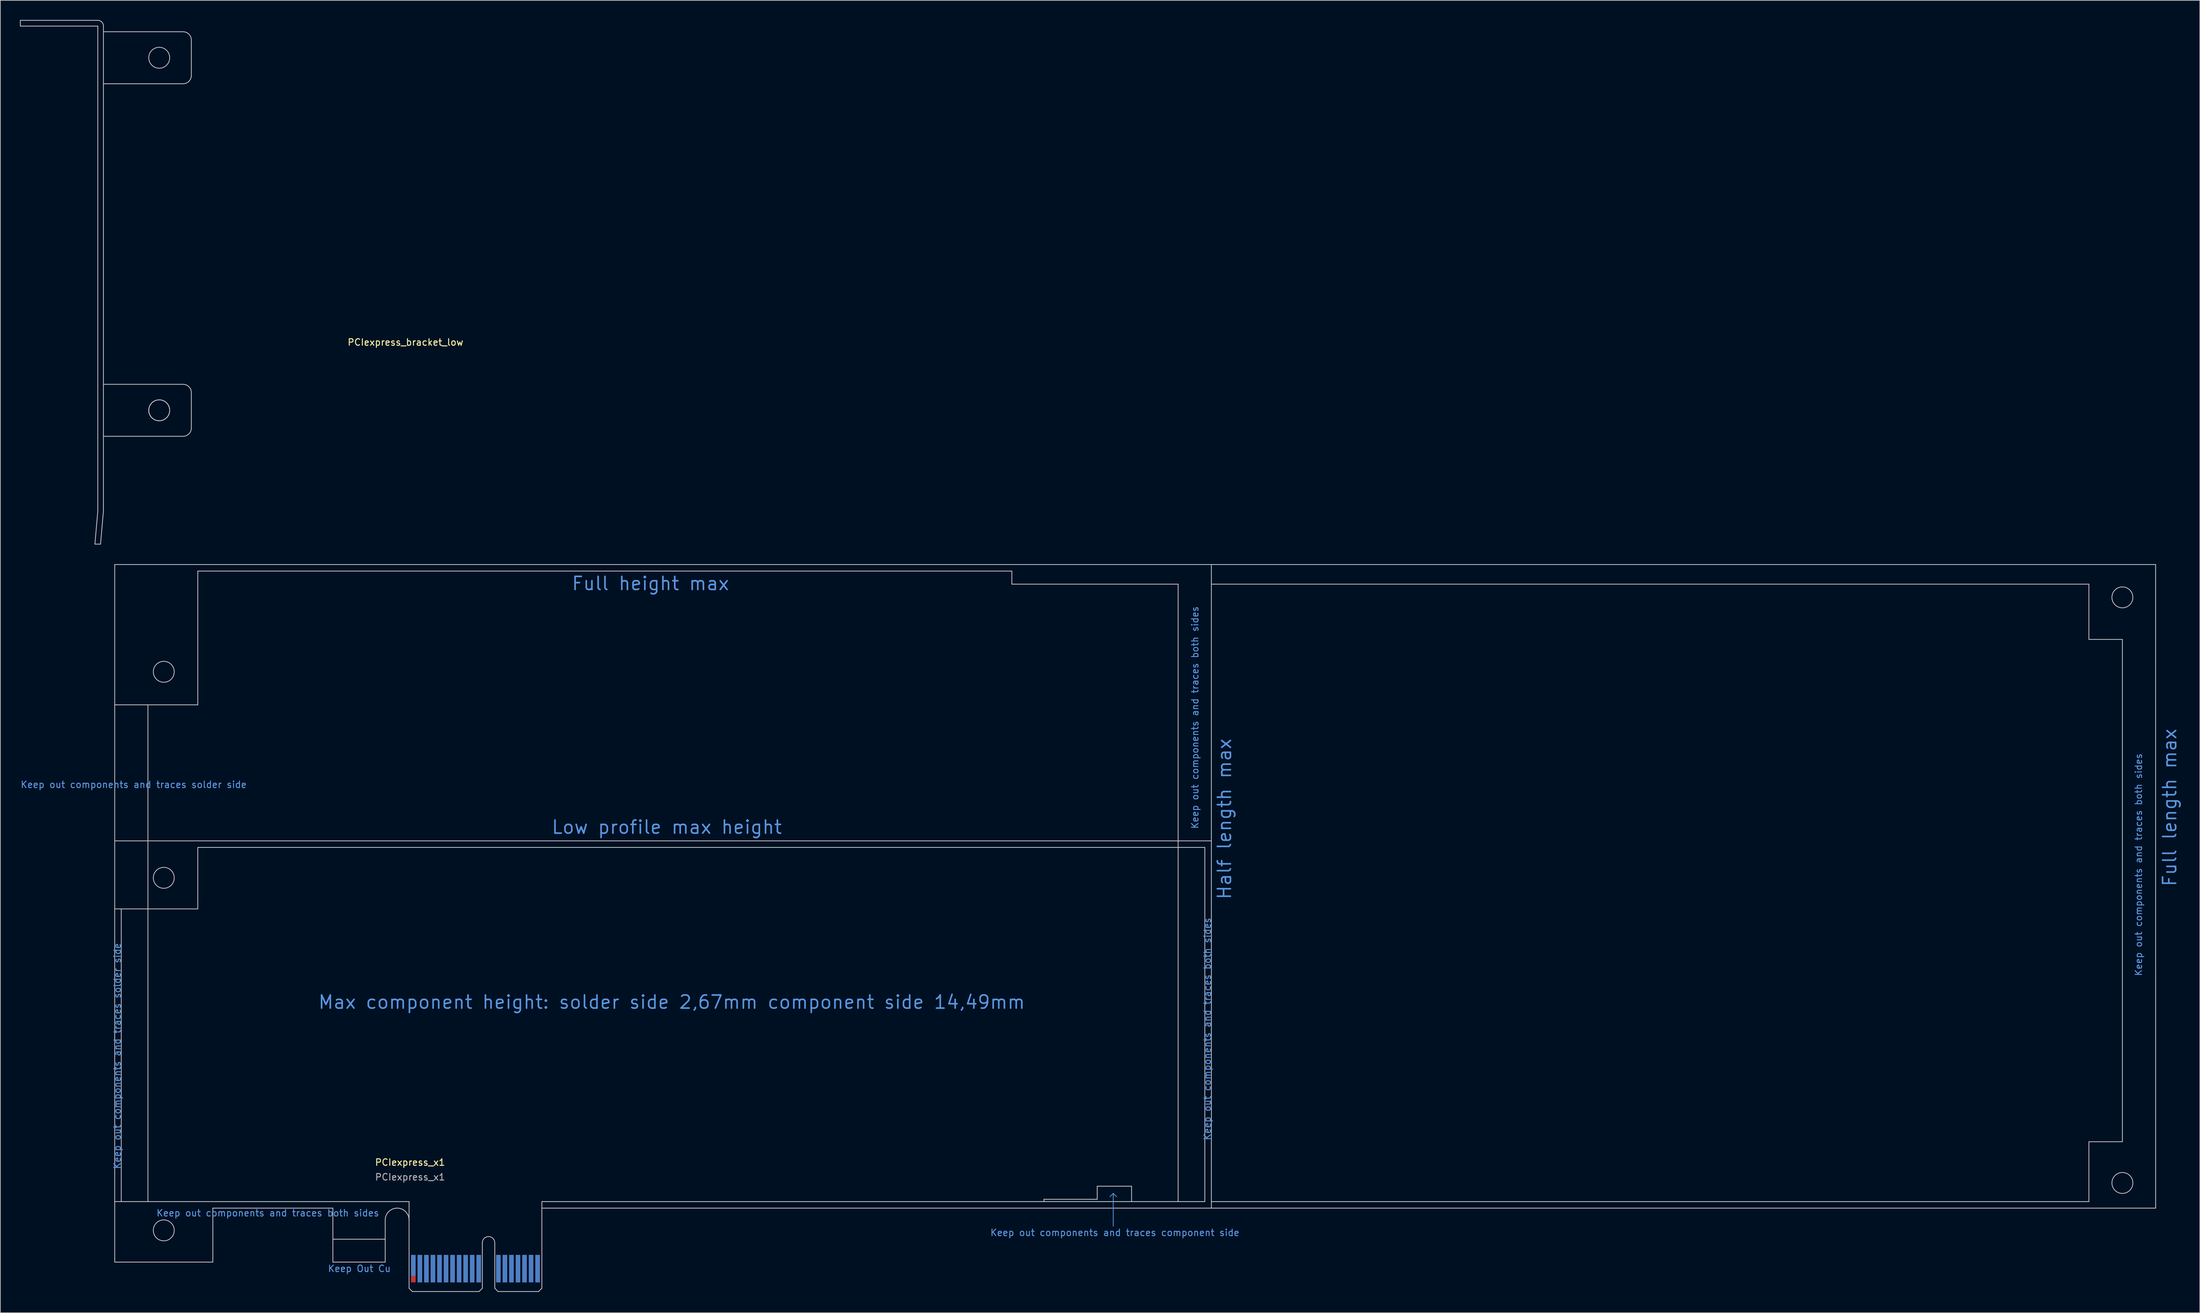
<source format=kicad_pcb>
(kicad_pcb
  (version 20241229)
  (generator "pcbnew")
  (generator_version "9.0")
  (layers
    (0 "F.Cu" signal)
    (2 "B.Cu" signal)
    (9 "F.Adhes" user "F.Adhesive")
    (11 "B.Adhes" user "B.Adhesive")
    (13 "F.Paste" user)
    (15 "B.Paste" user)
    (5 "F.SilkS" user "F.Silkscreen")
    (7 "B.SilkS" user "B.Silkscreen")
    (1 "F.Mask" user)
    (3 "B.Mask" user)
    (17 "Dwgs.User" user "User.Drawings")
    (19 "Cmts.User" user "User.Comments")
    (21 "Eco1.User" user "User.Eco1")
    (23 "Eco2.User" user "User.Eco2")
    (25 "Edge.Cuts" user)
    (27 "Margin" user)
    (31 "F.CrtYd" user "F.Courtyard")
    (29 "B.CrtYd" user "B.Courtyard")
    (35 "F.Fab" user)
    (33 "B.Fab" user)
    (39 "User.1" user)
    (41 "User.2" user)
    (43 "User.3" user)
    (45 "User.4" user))
  (footprint "PCIexpress_bracket_low"
    (layer "F.Cu")
    (at 58.94 69.03)
    (property "Reference" "PCIexpress_bracket_low" (at 0 -19.75 0) (layer "F.SilkS") (effects (font (size 1 1) (thickness 0.15))))
    (attr exclude_from_pos_files exclude_from_bom)
    (fp_line (start -58.88 -68.11) (end -58.88 -68.97) (stroke (width 0.12) (type solid)) (layer "Dwgs.User"))
    (fp_line (start -47.482 11.11) (end -46.622 11.11) (stroke (width 0.12) (type solid)) (layer "Dwgs.User"))
    (fp_line (start -47.04 -68.97) (end -58.88 -68.97) (stroke (width 0.12) (type solid)) (layer "Dwgs.User"))
    (fp_line (start -47.04 -68.09) (end -58.88 -68.09) (stroke (width 0.12) (type solid)) (layer "Dwgs.User"))
    (fp_line (start -47.04 -68.09) (end -47.04 6.059) (stroke (width 0.12) (type solid)) (layer "Dwgs.User"))
    (fp_line (start -47.04 6.059) (end -47.482 11.11) (stroke (width 0.12) (type solid)) (layer "Dwgs.User"))
    (fp_line (start -46.18 -68.11) (end -46.18 6.059) (stroke (width 0.12) (type solid)) (layer "Dwgs.User"))
    (fp_line (start -46.18 6.059) (end -46.622 11.11) (stroke (width 0.12) (type solid)) (layer "Dwgs.User"))
    (fp_line (start -34.01 -67.225) (end -46.18 -67.225) (stroke (width 0.12) (type solid)) (layer "Dwgs.User"))
    (fp_line (start -34.01 -59.275) (end -46.18 -59.275) (stroke (width 0.12) (type solid)) (layer "Dwgs.User"))
    (fp_line (start -34.01 -13.325) (end -46.18 -13.325) (stroke (width 0.12) (type solid)) (layer "Dwgs.User"))
    (fp_line (start -34.01 -5.375) (end -46.18 -5.375) (stroke (width 0.12) (type solid)) (layer "Dwgs.User"))
    (fp_line (start -32.74 -65.955) (end -32.74 -60.545) (stroke (width 0.12) (type solid)) (layer "Dwgs.User"))
    (fp_line (start -32.74 -12.055) (end -32.74 -6.645) (stroke (width 0.12) (type solid)) (layer "Dwgs.User"))
    (fp_arc (start -47.04 -68.97) (mid -46.431888 -68.718112) (end -46.18 -68.11) (stroke (width 0.12) (type solid)) (layer "Dwgs.User"))
    (fp_arc (start -34.01 -67.225) (mid -33.111974 -66.853026) (end -32.74 -65.955) (stroke (width 0.12) (type solid)) (layer "Dwgs.User"))
    (fp_arc (start -34.01 -13.325) (mid -33.111974 -12.953026) (end -32.74 -12.055) (stroke (width 0.12) (type solid)) (layer "Dwgs.User"))
    (fp_arc (start -32.74 -60.545) (mid -33.111974 -59.646974) (end -34.01 -59.275) (stroke (width 0.12) (type solid)) (layer "Dwgs.User"))
    (fp_arc (start -32.74 -6.645) (mid -33.111974 -5.746974) (end -34.01 -5.375) (stroke (width 0.12) (type solid)) (layer "Dwgs.User"))
    (fp_circle (center -37.65 -63.25) (end -36.05 -63.25) (stroke (width 0.12) (type solid)) (fill no) (layer "Dwgs.User"))
    (fp_circle (center -37.65 -9.35) (end -36.05 -9.35) (stroke (width 0.12) (type solid)) (fill no) (layer "Dwgs.User"))
    (fp_circle (center -37.65 -9.35) (end -36.05 -9.35) (stroke (width 0.12) (type solid)) (fill no) (layer "Dwgs.User")))
  (footprint "PCIexpress_x1"
    (layer "F.Cu")
    (at 59.637 194.41)
    (property "Reference" "PCIexpress_x1" (at 0 -19.75 0) (layer "F.SilkS") (effects (font (size 1 1) (thickness 0.15))))
    (attr exclude_from_pos_files exclude_from_bom)
    (fp_poly (pts (xy -11.8 -4.5) (xy -11.8 -8) (xy -3.8 -8) (xy -3.8 -4.5)) (stroke (width 0) (type solid)) (fill yes) (layer "F.Mask"))
    (fp_poly (pts (xy -0.25 -5.5) (xy 20.25 -5.5) (xy 20.25 0) (xy -0.25 0)) (stroke (width 0.2) (type solid)) (fill yes) (layer "F.Mask"))
    (fp_poly (pts (xy -11.8 -4.5) (xy -11.8 -8) (xy -3.8 -8) (xy -3.8 -4.5)) (stroke (width 0) (type solid)) (fill yes) (layer "B.Mask"))
    (fp_poly (pts (xy -0.25 -5.5) (xy 20.25 -5.5) (xy 20.25 0) (xy -0.25 0)) (stroke (width 0.2) (type solid)) (fill yes) (layer "B.Mask"))
    (fp_line (start -45.15 -111.15) (end -45.15 -4.5) (stroke (width 0.12) (type solid)) (layer "Dwgs.User"))
    (fp_line (start -45.15 -111.15) (end 122.5 -111.15) (stroke (width 0.12) (type solid)) (layer "Dwgs.User"))
    (fp_line (start -45.15 -89.7) (end -32.45 -89.7) (stroke (width 0.12) (type solid)) (layer "Dwgs.User"))
    (fp_line (start -45.15 -68.9) (end 122.5 -68.9) (stroke (width 0.12) (type solid)) (layer "Dwgs.User"))
    (fp_line (start -45.15 -58.5) (end -32.45 -58.5) (stroke (width 0.12) (type solid)) (layer "Dwgs.User"))
    (fp_line (start -44.15 -58.5) (end -44.15 -13.75) (stroke (width 0.12) (type solid)) (layer "Dwgs.User"))
    (fp_line (start -40.07 -13.75) (end -40.07 -89.7) (stroke (width 0.12) (type solid)) (layer "Dwgs.User"))
    (fp_line (start -32.45 -110.15) (end -32.45 -89.7) (stroke (width 0.12) (type solid)) (layer "Dwgs.User"))
    (fp_line (start -32.45 -110.15) (end 92 -110.15) (stroke (width 0.12) (type solid)) (layer "Dwgs.User"))
    (fp_line (start -32.45 -67.9) (end 121.5 -67.9) (stroke (width 0.12) (type solid)) (layer "Dwgs.User"))
    (fp_line (start -32.45 -58.5) (end -32.45 -67.9) (stroke (width 0.12) (type solid)) (layer "Dwgs.User"))
    (fp_line (start -30.15 -12.75) (end -11.8 -12.75) (stroke (width 0.12) (type solid)) (layer "Dwgs.User"))
    (fp_line (start -30.15 -4.5) (end -45.15 -4.5) (stroke (width 0.12) (type solid)) (layer "Dwgs.User"))
    (fp_line (start -30.15 -4.5) (end -30.15 -12.75) (stroke (width 0.12) (type solid)) (layer "Dwgs.User"))
    (fp_line (start -11.8 -8) (end -3.8 -8) (stroke (width 0.12) (type solid)) (layer "Dwgs.User"))
    (fp_line (start -11.8 -4.5) (end -11.8 -12.75) (stroke (width 0.12) (type solid)) (layer "Dwgs.User"))
    (fp_line (start -11.8 -4.5) (end -3.8 -4.5) (stroke (width 0.12) (type solid)) (layer "Dwgs.User"))
    (fp_line (start -3.8 -4.5) (end -3.8 -10.925) (stroke (width 0.12) (type solid)) (layer "Dwgs.User"))
    (fp_line (start -0.15 -13.75) (end -45.15 -13.75) (stroke (width 0.12) (type solid)) (layer "Dwgs.User"))
    (fp_line (start -0.15 -10.925) (end -0.15 -13.75) (stroke (width 0.12) (type solid)) (layer "Dwgs.User"))
    (fp_line (start -0.15 -0.5) (end -0.15 -10.925) (stroke (width 0.12) (type solid)) (layer "Dwgs.User"))
    (fp_line (start -0.15 -0.5) (end 0.35 0) (stroke (width 0.12) (type solid)) (layer "Dwgs.User"))
    (fp_line (start 0.35 0) (end 10.55 0) (stroke (width 0.12) (type solid)) (layer "Dwgs.User"))
    (fp_line (start 11.05 -7.45) (end 11.05 -0.5) (stroke (width 0.12) (type solid)) (layer "Dwgs.User"))
    (fp_line (start 11.05 -0.5) (end 10.55 0) (stroke (width 0.12) (type solid)) (layer "Dwgs.User"))
    (fp_line (start 12.95 -7.45) (end 12.95 -0.5) (stroke (width 0.12) (type solid)) (layer "Dwgs.User"))
    (fp_line (start 12.95 -0.5) (end 13.45 0) (stroke (width 0.12) (type solid)) (layer "Dwgs.User"))
    (fp_line (start 13.45 0) (end 19.65 0) (stroke (width 0.12) (type solid)) (layer "Dwgs.User"))
    (fp_line (start 20.15 -13.75) (end 121.5 -13.75) (stroke (width 0.12) (type solid)) (layer "Dwgs.User"))
    (fp_line (start 20.15 -12.75) (end 20.15 -13.75) (stroke (width 0.12) (type solid)) (layer "Dwgs.User"))
    (fp_line (start 20.15 -12.75) (end 122.503 -12.75) (stroke (width 0.12) (type solid)) (layer "Dwgs.User"))
    (fp_line (start 20.15 -0.5) (end 19.65 0) (stroke (width 0.12) (type solid)) (layer "Dwgs.User"))
    (fp_line (start 20.15 -0.5) (end 20.15 -12.75) (stroke (width 0.12) (type solid)) (layer "Dwgs.User"))
    (fp_line (start 92 -110.15) (end 92 -108.15) (stroke (width 0.12) (type solid)) (layer "Dwgs.User"))
    (fp_line (start 92 -108.15) (end 117.42 -108.15) (stroke (width 0.12) (type solid)) (layer "Dwgs.User"))
    (fp_line (start 96.9 -14.1) (end 96.9 -13.75) (stroke (width 0.12) (type solid)) (layer "Dwgs.User"))
    (fp_line (start 96.9 -14.1) (end 105.05 -14.1) (stroke (width 0.12) (type solid)) (layer "Dwgs.User"))
    (fp_line (start 105.05 -16.1) (end 110.3 -16.1) (stroke (width 0.12) (type solid)) (layer "Dwgs.User"))
    (fp_line (start 105.05 -14.1) (end 105.05 -16.1) (stroke (width 0.12) (type solid)) (layer "Dwgs.User"))
    (fp_line (start 110.3 -16.1) (end 110.3 -13.75) (stroke (width 0.12) (type solid)) (layer "Dwgs.User"))
    (fp_line (start 117.42 -108.15) (end 117.42 -13.75) (stroke (width 0.12) (type solid)) (layer "Dwgs.User"))
    (fp_line (start 121.5 -67.9) (end 121.5 -13.75) (stroke (width 0.12) (type solid)) (layer "Dwgs.User"))
    (fp_line (start 122.5 -111.15) (end 122.5 -12.75) (stroke (width 0.12) (type solid)) (layer "Dwgs.User"))
    (fp_line (start 122.5 -111.15) (end 266.85 -111.15) (stroke (width 0.12) (type solid)) (layer "Dwgs.User"))
    (fp_line (start 122.5 -108.15) (end 256.65 -108.15) (stroke (width 0.12) (type solid)) (layer "Dwgs.User"))
    (fp_line (start 122.5 -13.75) (end 256.65 -13.75) (stroke (width 0.12) (type solid)) (layer "Dwgs.User"))
    (fp_line (start 122.503 -12.75) (end 266.853 -12.75) (stroke (width 0.12) (type solid)) (layer "Dwgs.User"))
    (fp_line (start 256.65 -108.15) (end 256.65 -99.7) (stroke (width 0.12) (type solid)) (layer "Dwgs.User"))
    (fp_line (start 256.65 -99.7) (end 261.77 -99.7) (stroke (width 0.12) (type solid)) (layer "Dwgs.User"))
    (fp_line (start 256.65 -22.9) (end 261.77 -22.9) (stroke (width 0.12) (type solid)) (layer "Dwgs.User"))
    (fp_line (start 256.65 -13.75) (end 256.65 -22.9) (stroke (width 0.12) (type solid)) (layer "Dwgs.User"))
    (fp_line (start 261.77 -99.7) (end 261.77 -22.9) (stroke (width 0.12) (type solid)) (layer "Dwgs.User"))
    (fp_line (start 266.85 -111.15) (end 266.853 -12.75) (stroke (width 0.12) (type solid)) (layer "Dwgs.User"))
    (fp_arc (start -3.8 -10.925) (mid -1.975 -12.75) (end -0.15 -10.925) (stroke (width 0.12) (type solid)) (layer "Dwgs.User"))
    (fp_arc (start 11.05 -7.45) (mid 12 -8.4) (end 12.95 -7.45) (stroke (width 0.12) (type solid)) (layer "Dwgs.User"))
    (fp_circle (center -37.65 -94.75) (end -36.05 -94.75) (stroke (width 0.12) (type solid)) (fill no) (layer "Dwgs.User"))
    (fp_circle (center -37.65 -63.25) (end -36.05 -63.25) (stroke (width 0.12) (type solid)) (fill no) (layer "Dwgs.User"))
    (fp_circle (center -37.65 -9.35) (end -36.05 -9.35) (stroke (width 0.12) (type solid)) (fill no) (layer "Dwgs.User"))
    (fp_circle (center 261.77 -106.13) (end 263.37 -106.13) (stroke (width 0.12) (type solid)) (fill no) (layer "Dwgs.User"))
    (fp_circle (center 261.77 -16.6) (end 263.37 -16.6) (stroke (width 0.12) (type solid)) (fill no) (layer "Dwgs.User"))
    (fp_line (start 107.5 -15) (end 107 -14.5) (stroke (width 0.12) (type solid)) (layer "Cmts.User"))
    (fp_line (start 107.5 -15) (end 108 -14.5) (stroke (width 0.12) (type solid)) (layer "Cmts.User"))
    (fp_line (start 107.5 -10) (end 107.5 -15) (stroke (width 0.12) (type solid)) (layer "Cmts.User"))
    (fp_text user "Keep out components and traces both sides" (at 121.893 -40.135 90) (layer "Cmts.User") (effects (font (size 1 1) (thickness 0.15))))
    (fp_text user "Full length max" (at 269 -74 90) (layer "Cmts.User") (effects (font (size 2 2) (thickness 0.25))))
    (fp_text user "Keep out components and traces both sides" (at 264.25 -65.25 90) (layer "Cmts.User") (effects (font (size 1 1) (thickness 0.15))))
    (fp_text user "Keep out components and traces both sides" (at 120 -87.75 90) (layer "Cmts.User") (effects (font (size 1 1) (thickness 0.15))))
    (fp_text user "Keep Out Cu" (at -7.75 -3.5 0) (layer "Cmts.User") (effects (font (size 1 1) (thickness 0.15))))
    (fp_text user "Keep out components and traces component side" (at 107.75 -9 180) (layer "Cmts.User") (effects (font (size 1 1) (thickness 0.15))))
    (fp_text user "Low profile max height" (at 39.25 -71 0) (layer "Cmts.User") (effects (font (size 2 2) (thickness 0.25))))
    (fp_text user "Keep out components and traces solder side" (at -42.25 -77.5 180) (layer "Cmts.User") (effects (font (size 1 1) (thickness 0.15))))
    (fp_text user "Keep out components and traces both sides" (at -21.75 -12 0) (layer "Cmts.User") (effects (font (size 1 1) (thickness 0.15))))
    (fp_text user "Keep out components and traces solder side" (at -44.75 -36 90) (layer "Cmts.User") (effects (font (size 1 1) (thickness 0.15))))
    (fp_text user "Half length max" (at 124.5 -72.25 90) (layer "Cmts.User") (effects (font (size 2 2) (thickness 0.25))))
    (fp_text user "Max component height: solder side 2,67mm component side 14,49mm" (at 40 -44.25 0) (layer "Cmts.User") (effects (font (size 2 2) (thickness 0.25))))
    (fp_text user "Full height max" (at 36.75 -108.25 0) (layer "Cmts.User") (effects (font (size 2 2) (thickness 0.25))))
    (fp_text user "${REFERENCE}" (at 0 -17.5 0) (layer "F.Fab") (effects (font (size 1 1) (thickness 0.15))))
    (pad "A1" connect rect (at 0.5 -4) (size 0.7 3.2) (layers "B.Cu"))
    (pad "A2" connect rect (at 1.5 -3.5) (size 0.7 4.2) (layers "B.Cu"))
    (pad "A3" connect rect (at 2.5 -3.5) (size 0.7 4.2) (layers "B.Cu"))
    (pad "A4" connect rect (at 3.5 -3.5) (size 0.7 4.2) (layers "B.Cu"))
    (pad "A5" connect rect (at 4.5 -3.5) (size 0.7 4.2) (layers "B.Cu"))
    (pad "A6" connect rect (at 5.5 -3.5) (size 0.7 4.2) (layers "B.Cu"))
    (pad "A7" connect rect (at 6.5 -3.5) (size 0.7 4.2) (layers "B.Cu"))
    (pad "A8" connect rect (at 7.5 -3.5) (size 0.7 4.2) (layers "B.Cu"))
    (pad "A9" connect rect (at 8.5 -3.5) (size 0.7 4.2) (layers "B.Cu"))
    (pad "A10" connect rect (at 9.5 -3.5) (size 0.7 4.2) (layers "B.Cu"))
    (pad "A11" connect rect (at 10.5 -3.5) (size 0.7 4.2) (layers "B.Cu"))
    (pad "A12" connect rect (at 13.5 -3.5) (size 0.7 4.2) (layers "B.Cu"))
    (pad "A13" connect rect (at 14.5 -3.5) (size 0.7 4.2) (layers "B.Cu"))
    (pad "A14" connect rect (at 15.5 -3.5) (size 0.7 4.2) (layers "B.Cu"))
    (pad "A15" connect rect (at 16.5 -3.5) (size 0.7 4.2) (layers "B.Cu"))
    (pad "A16" connect rect (at 17.5 -3.5) (size 0.7 4.2) (layers "B.Cu"))
    (pad "A17" connect rect (at 18.5 -3.5) (size 0.7 4.2) (layers "B.Cu"))
    (pad "A18" connect rect (at 19.5 -3.5) (size 0.7 4.2) (layers "B.Cu"))
    (pad "B1" connect rect (at 0.5 -3.5) (size 0.7 4.2) (layers "F.Cu"))
    (pad "B2" connect rect (at 1.5 -3.5) (size 0.7 4.2) (layers "F.Cu"))
    (pad "B3" connect rect (at 2.5 -3.5) (size 0.7 4.2) (layers "F.Cu"))
    (pad "B4" connect rect (at 3.5 -3.5) (size 0.7 4.2) (layers "F.Cu"))
    (pad "B5" connect rect (at 4.5 -3.5) (size 0.7 4.2) (layers "F.Cu"))
    (pad "B6" connect rect (at 5.5 -3.5) (size 0.7 4.2) (layers "F.Cu"))
    (pad "B7" connect rect (at 6.5 -3.5) (size 0.7 4.2) (layers "F.Cu"))
    (pad "B8" connect rect (at 7.5 -3.5) (size 0.7 4.2) (layers "F.Cu"))
    (pad "B9" connect rect (at 8.5 -3.5) (size 0.7 4.2) (layers "F.Cu"))
    (pad "B10" connect rect (at 9.5 -3.5) (size 0.7 4.2) (layers "F.Cu"))
    (pad "B11" connect rect (at 10.5 -3.5) (size 0.7 4.2) (layers "F.Cu"))
    (pad "B12" connect rect (at 13.5 -3.5) (size 0.7 4.2) (layers "F.Cu"))
    (pad "B13" connect rect (at 14.5 -3.5) (size 0.7 4.2) (layers "F.Cu"))
    (pad "B14" connect rect (at 15.5 -3.5) (size 0.7 4.2) (layers "F.Cu"))
    (pad "B15" connect rect (at 16.5 -3.5) (size 0.7 4.2) (layers "F.Cu"))
    (pad "B16" connect rect (at 17.5 -3.5) (size 0.7 4.2) (layers "F.Cu"))
    (pad "B17" connect rect (at 18.5 -4) (size 0.7 3.2) (layers "F.Cu"))
    (pad "B18" connect rect (at 19.5 -3.5) (size 0.7 4.2) (layers "F.Cu")))
  (gr_rect
    (start -3 -3)
    (end 333.246 197.66)
    (stroke (width 0.1) (type default))
    (fill no)
    (layer "Edge.Cuts")))
</source>
